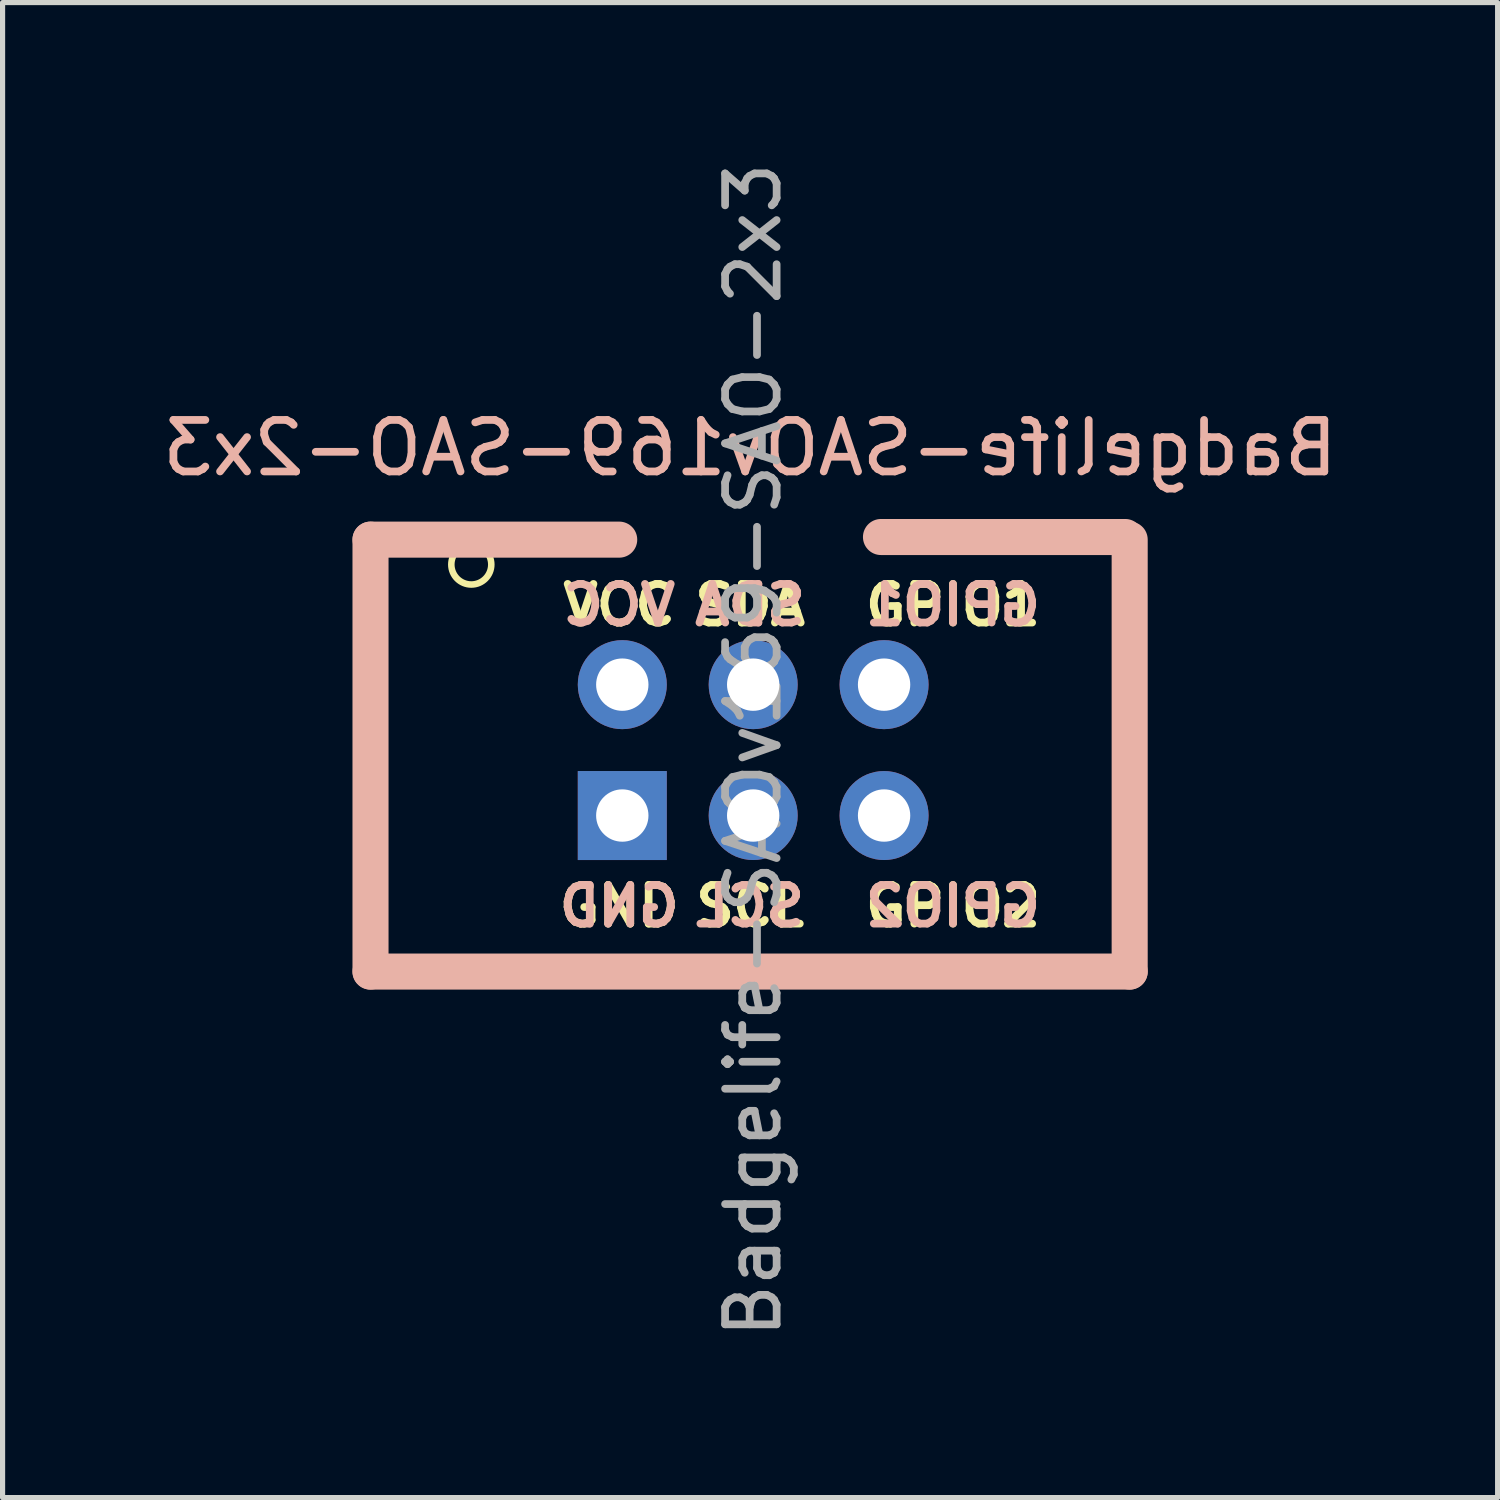
<source format=kicad_pcb>
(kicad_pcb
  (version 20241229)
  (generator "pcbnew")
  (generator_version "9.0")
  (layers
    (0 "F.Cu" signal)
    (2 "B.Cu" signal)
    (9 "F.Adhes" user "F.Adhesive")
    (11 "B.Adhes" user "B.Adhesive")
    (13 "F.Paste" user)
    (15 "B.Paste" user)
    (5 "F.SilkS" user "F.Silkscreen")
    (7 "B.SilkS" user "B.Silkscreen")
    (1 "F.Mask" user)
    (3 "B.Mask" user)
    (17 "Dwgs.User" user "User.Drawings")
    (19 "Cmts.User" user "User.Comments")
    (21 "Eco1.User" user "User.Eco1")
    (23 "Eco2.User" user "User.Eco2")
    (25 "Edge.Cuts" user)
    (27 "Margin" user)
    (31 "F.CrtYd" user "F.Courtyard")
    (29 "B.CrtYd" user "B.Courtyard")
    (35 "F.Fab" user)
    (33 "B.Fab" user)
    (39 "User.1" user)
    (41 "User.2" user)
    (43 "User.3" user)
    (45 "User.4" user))
  (footprint "Badgelife-SAOv169-SAO-2x3"
    (layer "F.Cu")
    (at 11.506 11.486)
    (property "Reference" "Badgelife-SAOv169-SAO-2x3" (at 0 -5.842 0) (layer "B.SilkS") (effects (font (size 1 1) (thickness 0.15)) (justify mirror)))
    (attr through_hole)
    (fp_circle (center -5.41 -3.581) (end -5.022 -3.581) (stroke (width 0.127) (type solid)) (fill no) (layer "F.SilkS"))
    (fp_line (start -7.366 -4.064) (end -7.366 4.318) (stroke (width 0.7) (type solid)) (layer "B.SilkS"))
    (fp_line (start -7.366 4.318) (end 7.366 4.318) (stroke (width 0.7) (type solid)) (layer "B.SilkS"))
    (fp_line (start -2.54 -4.064) (end -7.366 -4.064) (stroke (width 0.7) (type solid)) (layer "B.SilkS"))
    (fp_line (start 7.28 -4.115) (end 2.54 -4.115) (stroke (width 0.7) (type solid)) (layer "B.SilkS"))
    (fp_line (start 7.366 4.318) (end 7.366 -4.064) (stroke (width 0.7) (type solid)) (layer "B.SilkS"))
    (fp_text user "GND" (at -2.54 3.048 0) (unlocked yes) (layer "F.SilkS") (effects (font (size 0.75 0.75) (thickness 0.15))))
    (fp_text user "SDA" (at 0 -2.794 0) (unlocked yes) (layer "F.SilkS") (effects (font (size 0.75 0.75) (thickness 0.15))))
    (fp_text user "VCC" (at -2.54 -2.794 0) (unlocked yes) (layer "F.SilkS") (effects (font (size 0.75 0.75) (thickness 0.15))))
    (fp_text user "GPIO2" (at 3.937 3.048 0) (layer "F.SilkS") (effects (font (size 0.75 0.75) (thickness 0.15))))
    (fp_text user "SCL" (at 0 3.048 0) (layer "F.SilkS") (effects (font (size 0.75 0.75) (thickness 0.15))))
    (fp_text user "GPIO1" (at 3.937 -2.794 0) (unlocked yes) (layer "F.SilkS") (effects (font (size 0.75 0.75) (thickness 0.15))))
    (fp_text user "GND" (at -2.54 3.048 0) (unlocked yes) (layer "B.SilkS") (effects (font (size 0.75 0.75) (thickness 0.15)) (justify mirror)))
    (fp_text user "VCC" (at -2.54 -2.794 0) (unlocked yes) (layer "B.SilkS") (effects (font (size 0.75 0.75) (thickness 0.15)) (justify mirror)))
    (fp_text user "SCL" (at 0 3.048 0) (layer "B.SilkS") (effects (font (size 0.75 0.75) (thickness 0.15)) (justify mirror)))
    (fp_text user "GPIO1" (at 3.937 -2.794 0) (unlocked yes) (layer "B.SilkS") (effects (font (size 0.75 0.75) (thickness 0.15)) (justify mirror)))
    (fp_text user "GPIO2" (at 3.937 3.048 0) (layer "B.SilkS") (effects (font (size 0.75 0.75) (thickness 0.15)) (justify mirror)))
    (fp_text user "SDA" (at 0 -2.794 0) (unlocked yes) (layer "B.SilkS") (effects (font (size 0.75 0.75) (thickness 0.15)) (justify mirror)))
    (fp_text user "${REFERENCE}" (at 0.06 0.02 270) (layer "F.Fab") (effects (font (size 1 1) (thickness 0.15))))
    (pad "1" thru_hole oval (at -2.48 -1.25 270) (size 1.727 1.727) (drill 1.016) (layers "*.Cu" "*.Mask"))
    (pad "2" thru_hole rect (at -2.48 1.29 270) (size 1.727 1.727) (drill 1.016) (layers "*.Cu" "*.Mask"))
    (pad "3" thru_hole oval (at 0.06 -1.25 270) (size 1.727 1.727) (drill 1.016) (layers "*.Cu" "*.Mask"))
    (pad "4" thru_hole oval (at 0.06 1.29 270) (size 1.727 1.727) (drill 1.016) (layers "*.Cu" "*.Mask"))
    (pad "5" thru_hole circle (at 2.6 -1.25 270) (size 1.727 1.727) (drill 1.016) (layers "*.Cu" "*.Mask"))
    (pad "6" thru_hole circle (at 2.6 1.29 270) (size 1.727 1.727) (drill 1.016) (layers "*.Cu" "*.Mask")))
  (gr_rect
    (start -3 -3)
    (end 26.012 26.012)
    (stroke (width 0.1) (type default))
    (fill no)
    (layer "Edge.Cuts")))
</source>
